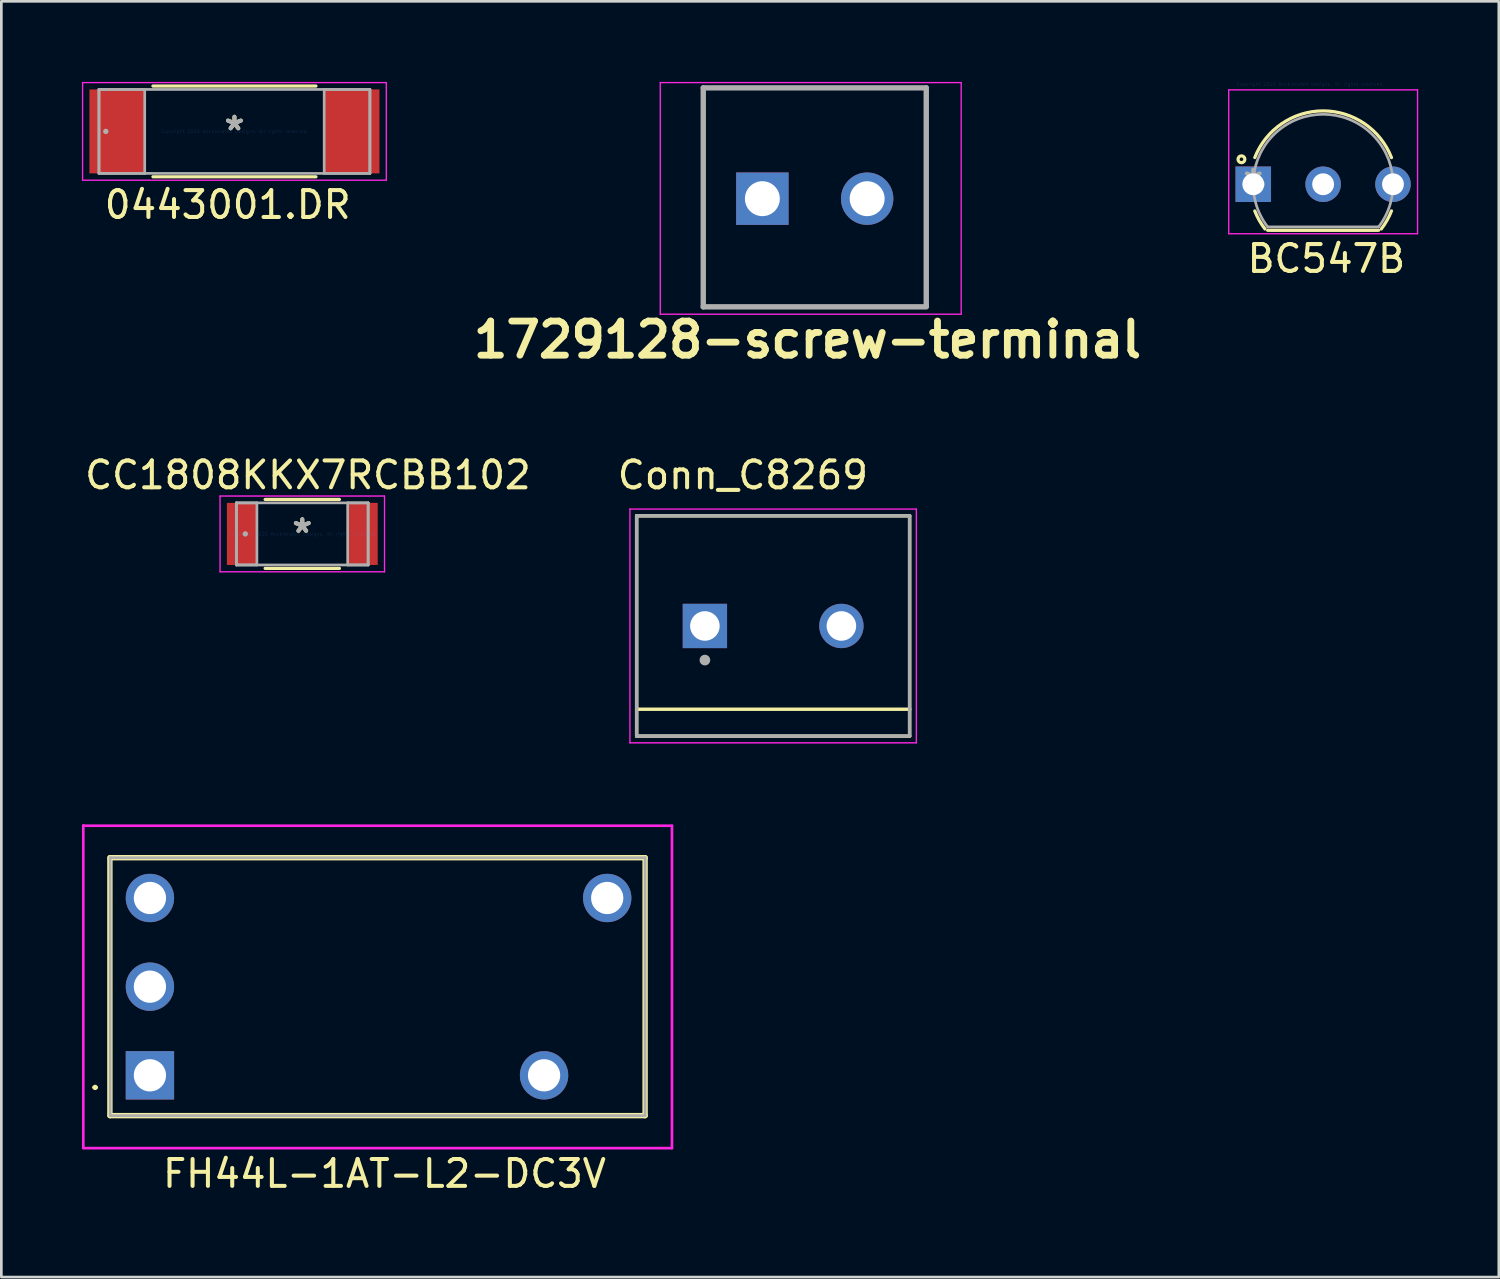
<source format=kicad_pcb>
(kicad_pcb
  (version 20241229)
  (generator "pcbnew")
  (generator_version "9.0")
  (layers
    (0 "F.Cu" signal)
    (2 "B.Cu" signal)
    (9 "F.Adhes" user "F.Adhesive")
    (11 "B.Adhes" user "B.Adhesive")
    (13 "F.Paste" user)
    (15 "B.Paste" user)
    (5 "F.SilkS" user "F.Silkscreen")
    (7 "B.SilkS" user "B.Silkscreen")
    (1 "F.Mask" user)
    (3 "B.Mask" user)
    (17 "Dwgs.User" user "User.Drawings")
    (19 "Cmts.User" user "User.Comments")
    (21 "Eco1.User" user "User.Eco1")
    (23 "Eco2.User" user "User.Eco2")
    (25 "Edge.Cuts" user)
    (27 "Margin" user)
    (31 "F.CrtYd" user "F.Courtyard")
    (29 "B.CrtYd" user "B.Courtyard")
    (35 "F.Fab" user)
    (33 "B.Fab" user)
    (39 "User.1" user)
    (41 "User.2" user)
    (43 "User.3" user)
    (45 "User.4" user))
  (footprint "BC547B"
    (layer "F.Cu")
    (at 43.596 3.808)
    (property "Reference" "BC547B" (at 2.72 2.77 0) (layer "F.SilkS") (effects (font (size 1 1) (thickness 0.15))))
    (attr through_hole)
    (fp_line (start 0.536 1.714) (end 4.664 1.714) (stroke (width 0.12) (type solid)) (layer "F.SilkS"))
    (fp_arc (start 0.056517 -0.99314) (mid 2.600845 -2.7305) (end 5.144097 -0.991565) (stroke (width 0.12) (type solid)) (layer "F.SilkS"))
    (fp_arc (start 0.435836 1.66494) (mid 0.222331 1.342505) (end 0.056518 0.993141) (stroke (width 0.12) (type solid)) (layer "F.SilkS"))
    (fp_arc (start 5.144097 0.991565) (mid 4.978085 1.341768) (end 4.764164 1.66494) (stroke (width 0.12) (type solid)) (layer "F.SilkS"))
    (fp_circle (center -0.44 -0.93) (end -0.313 -0.93) (stroke (width 0.12) (type solid)) (fill no) (layer "F.SilkS"))
    (fp_line (start -0.914 -3.514) (end 6.114 -3.514) (stroke (width 0.05) (type solid)) (layer "F.CrtYd"))
    (fp_line (start -0.914 1.841) (end -0.914 -3.514) (stroke (width 0.05) (type solid)) (layer "F.CrtYd"))
    (fp_line (start 6.114 -3.514) (end 6.114 1.841) (stroke (width 0.05) (type solid)) (layer "F.CrtYd"))
    (fp_line (start 6.114 1.841) (end -0.914 1.841) (stroke (width 0.05) (type solid)) (layer "F.CrtYd"))
    (fp_line (start -0.254 0) (end 0.254 0) (stroke (width 0.1) (type solid)) (layer "F.Fab"))
    (fp_line (start 0 0.254) (end 0 -0.254) (stroke (width 0.1) (type solid)) (layer "F.Fab"))
    (fp_line (start 0.536 1.587) (end 4.664 1.587) (stroke (width 0.1) (type solid)) (layer "F.Fab"))
    (fp_arc (start 0.536493 1.587499) (mid 2.600001 -2.6035) (end 4.663506 1.5875) (stroke (width 0.1) (type solid)) (layer "F.Fab"))
    (fp_circle (center 0.251 0) (end 0.378 0) (stroke (width 0.1) (type solid)) (fill no) (layer "F.Fab"))
    (fp_text user "Copyright 2021 Accelerated Designs. All rights reserved." (at 2.12 -3.73 0) (layer "Cmts.User") (effects (font (size 0.127 0.127) (thickness 0.002))))
    (fp_text user "*" (at 0 0 0) (layer "F.Fab") (effects (font (size 1 1) (thickness 0.15))))
    (pad "1" thru_hole rect (at 0 0) (size 1.321 1.321) (drill 0.813) (layers "*.Cu" "*.Mask"))
    (pad "2" thru_hole circle (at 2.6 0) (size 1.321 1.321) (drill 0.813) (layers "*.Cu" "*.Mask"))
    (pad "3" thru_hole circle (at 5.2 0) (size 1.321 1.321) (drill 0.813) (layers "*.Cu" "*.Mask")))
  (footprint "1729128-screw-terminal"
    (layer "F.Cu")
    (at 24.725 4.295)
    (property "Reference" "1729128-screw-terminal" (at 2.28 5.3 0) (layer "F.SilkS") (effects (font (size 1.27 1.27) (thickness 0.254))))
    (attr through_hole)
    (fp_line (start -1.6 -4.075) (end 6.7 -4.075) (stroke (width 0.1) (type solid)) (layer "F.SilkS"))
    (fp_line (start -1.6 4.075) (end -1.6 -4.075) (stroke (width 0.1) (type solid)) (layer "F.SilkS"))
    (fp_line (start 6.7 -4.095) (end 6.7 4.075) (stroke (width 0.1) (type solid)) (layer "F.SilkS"))
    (fp_line (start 6.7 4.075) (end -1.6 4.075) (stroke (width 0.1) (type solid)) (layer "F.SilkS"))
    (fp_line (start -3.2 -4.27) (end 8 -4.27) (stroke (width 0.05) (type solid)) (layer "F.CrtYd"))
    (fp_line (start -3.2 4.35) (end -3.2 -4.27) (stroke (width 0.05) (type solid)) (layer "F.CrtYd"))
    (fp_line (start 8 -4.27) (end 8 4.35) (stroke (width 0.05) (type solid)) (layer "F.CrtYd"))
    (fp_line (start 8 4.35) (end -3.2 4.35) (stroke (width 0.05) (type solid)) (layer "F.CrtYd"))
    (fp_line (start -1.6 -4.075) (end 6.7 -4.075) (stroke (width 0.2) (type solid)) (layer "F.Fab"))
    (fp_line (start -1.6 4.075) (end -1.6 -4.075) (stroke (width 0.2) (type solid)) (layer "F.Fab"))
    (fp_line (start 6.7 4.06) (end 6.7 -4.075) (stroke (width 0.2) (type solid)) (layer "F.Fab"))
    (fp_line (start 6.7 4.075) (end -1.6 4.075) (stroke (width 0.2) (type solid)) (layer "F.Fab"))
    (pad "1" thru_hole rect (at 0.6 0.05) (size 1.95 1.95) (drill 1.3) (layers "*.Cu" "*.Mask"))
    (pad "2" thru_hole circle (at 4.5 0.05) (size 1.95 1.95) (drill 1.3) (layers "*.Cu" "*.Mask")))
  (footprint "CC1808KKX7RCBB102"
    (layer "F.Cu")
    (at 8.201 16.822)
    (property "Reference" "CC1808KKX7RCBB102" (at 0.21 -2.19 0) (layer "F.SilkS") (effects (font (size 1 1) (thickness 0.15))))
    (attr through_hole)
    (fp_line (start -1.382 1.283) (end 1.382 1.283) (stroke (width 0.12) (type solid)) (layer "F.SilkS"))
    (fp_line (start 1.382 -1.283) (end -1.382 -1.283) (stroke (width 0.12) (type solid)) (layer "F.SilkS"))
    (fp_line (start -3.061 -1.41) (end 3.061 -1.41) (stroke (width 0.05) (type solid)) (layer "F.CrtYd"))
    (fp_line (start -3.061 1.41) (end -3.061 -1.41) (stroke (width 0.05) (type solid)) (layer "F.CrtYd"))
    (fp_line (start 3.061 -1.41) (end 3.061 1.41) (stroke (width 0.05) (type solid)) (layer "F.CrtYd"))
    (fp_line (start 3.061 1.41) (end -3.061 1.41) (stroke (width 0.05) (type solid)) (layer "F.CrtYd"))
    (fp_line (start -2.451 -1.156) (end -2.451 1.156) (stroke (width 0.1) (type solid)) (layer "F.Fab"))
    (fp_line (start -2.451 -1.156) (end -2.451 1.156) (stroke (width 0.1) (type solid)) (layer "F.Fab"))
    (fp_line (start -2.451 1.156) (end -1.689 1.156) (stroke (width 0.1) (type solid)) (layer "F.Fab"))
    (fp_line (start -2.451 1.156) (end 2.451 1.156) (stroke (width 0.1) (type solid)) (layer "F.Fab"))
    (fp_line (start -1.689 -1.156) (end -2.451 -1.156) (stroke (width 0.1) (type solid)) (layer "F.Fab"))
    (fp_line (start -1.689 1.156) (end -1.689 -1.156) (stroke (width 0.1) (type solid)) (layer "F.Fab"))
    (fp_line (start 1.689 -1.156) (end 1.689 1.156) (stroke (width 0.1) (type solid)) (layer "F.Fab"))
    (fp_line (start 1.689 1.156) (end 2.451 1.156) (stroke (width 0.1) (type solid)) (layer "F.Fab"))
    (fp_line (start 2.451 -1.156) (end -2.451 -1.156) (stroke (width 0.1) (type solid)) (layer "F.Fab"))
    (fp_line (start 2.451 -1.156) (end 1.689 -1.156) (stroke (width 0.1) (type solid)) (layer "F.Fab"))
    (fp_line (start 2.451 1.156) (end 2.451 -1.156) (stroke (width 0.1) (type solid)) (layer "F.Fab"))
    (fp_line (start 2.451 1.156) (end 2.451 -1.156) (stroke (width 0.1) (type solid)) (layer "F.Fab"))
    (fp_circle (center -2.121 0) (end -2.121 0) (stroke (width 0.1) (type solid)) (fill no) (layer "F.Fab"))
    (fp_text user "*" (at 0 0 0) (layer "F.SilkS") (effects (font (size 1 1) (thickness 0.15))))
    (fp_text user "Copyright 2021 Accelerated Designs. All rights reserved." (at 0 0 0) (layer "Cmts.User") (effects (font (size 0.127 0.127) (thickness 0.002))))
    (fp_text user "*" (at 0 0 0) (layer "F.Fab") (effects (font (size 1 1) (thickness 0.15))))
    (pad "1" smd rect (at -2.248 0) (size 1.118 2.311) (layers "F.Cu" "F.Mask" "F.Paste"))
    (pad "2" smd rect (at 2.248 0) (size 1.118 2.311) (layers "F.Cu" "F.Mask" "F.Paste")))
  (footprint "FH44L-1AT-L2-DC3V"
    (layer "F.Cu")
    (at 11.25 33.773)
    (property "Reference" "FH44L-1AT-L2-DC3V" (at 0.01 6.86 0) (unlocked yes) (layer "F.SilkS") (effects (font (size 1 1) (thickness 0.15))))
    (attr through_hole)
    (fp_line (start -10.81 3.65) (end -10.81 3.65) (stroke (width 0.1) (type solid)) (layer "F.SilkS"))
    (fp_line (start -10.71 3.65) (end -10.71 3.65) (stroke (width 0.1) (type solid)) (layer "F.SilkS"))
    (fp_line (start -10.21 -4.9) (end -10.21 4.7) (stroke (width 0.2) (type solid)) (layer "F.SilkS"))
    (fp_line (start -10.2 4.7) (end 9.71 4.7) (stroke (width 0.2) (type solid)) (layer "F.SilkS"))
    (fp_line (start 9.71 -4.9) (end -10.2 -4.9) (stroke (width 0.2) (type solid)) (layer "F.SilkS"))
    (fp_line (start 9.71 4.7) (end 9.71 -4.9) (stroke (width 0.2) (type solid)) (layer "F.SilkS"))
    (fp_arc (start -10.81 3.65) (mid -10.76 3.6) (end -10.71 3.65) (stroke (width 0.1) (type solid)) (layer "F.SilkS"))
    (fp_arc (start -10.71 3.65) (mid -10.76 3.7) (end -10.81 3.65) (stroke (width 0.1) (type solid)) (layer "F.SilkS"))
    (fp_line (start -11.2 -6.1) (end -11.2 5.9) (stroke (width 0.1) (type solid)) (layer "F.CrtYd"))
    (fp_line (start -11.2 5.91) (end 10.71 5.91) (stroke (width 0.1) (type solid)) (layer "F.CrtYd"))
    (fp_line (start 10.71 -6.09) (end -11.2 -6.09) (stroke (width 0.1) (type solid)) (layer "F.CrtYd"))
    (fp_line (start 10.71 5.91) (end 10.71 -6.09) (stroke (width 0.1) (type solid)) (layer "F.CrtYd"))
    (fp_line (start -10.2 -4.9) (end 9.71 -4.9) (stroke (width 0.1) (type solid)) (layer "F.Fab"))
    (fp_line (start -10.2 4.7) (end -10.2 -4.9) (stroke (width 0.1) (type solid)) (layer "F.Fab"))
    (fp_line (start 9.71 -4.9) (end 9.71 4.7) (stroke (width 0.1) (type solid)) (layer "F.Fab"))
    (fp_line (start 9.71 4.7) (end -10.2 4.7) (stroke (width 0.1) (type solid)) (layer "F.Fab"))
    (pad "1" thru_hole rect (at -8.72 3.2) (size 1.8 1.8) (drill 1.2) (layers "*.Cu" "*.Mask"))
    (pad "2" thru_hole circle (at -8.72 -0.1) (size 1.8 1.8) (drill 1.2) (layers "*.Cu" "*.Mask"))
    (pad "3" thru_hole circle (at -8.72 -3.4) (size 1.8 1.8) (drill 1.2) (layers "*.Cu" "*.Mask"))
    (pad "4" thru_hole circle (at 8.3 -3.4) (size 1.8 1.8) (drill 1.2) (layers "*.Cu" "*.Mask"))
    (pad "5" thru_hole circle (at 5.95 3.2) (size 1.8 1.8) (drill 1.2) (layers "*.Cu" "*.Mask")))
  (footprint "Conn_C8269"
    (layer "F.Cu")
    (at 25.726 20.248)
    (property "Reference" "Conn_C8269" (at -1.127 -5.615 0) (layer "F.SilkS") (effects (font (size 1.002 1.002) (thickness 0.15))))
    (attr through_hole)
    (fp_line (start -5.08 -4.1) (end 5.08 -4.1) (stroke (width 0.127) (type solid)) (layer "F.SilkS"))
    (fp_line (start -5.08 3.1) (end -5.08 -4.1) (stroke (width 0.127) (type solid)) (layer "F.SilkS"))
    (fp_line (start -5.08 3.1) (end 5.08 3.1) (stroke (width 0.127) (type solid)) (layer "F.SilkS"))
    (fp_line (start -5.08 4.1) (end -5.08 3.1) (stroke (width 0.127) (type solid)) (layer "F.SilkS"))
    (fp_line (start 5.08 -4.1) (end 5.08 3.1) (stroke (width 0.127) (type solid)) (layer "F.SilkS"))
    (fp_line (start 5.08 3.1) (end 5.08 4.1) (stroke (width 0.127) (type solid)) (layer "F.SilkS"))
    (fp_line (start 5.08 4.1) (end -5.08 4.1) (stroke (width 0.127) (type solid)) (layer "F.SilkS"))
    (fp_line (start -5.33 -4.35) (end 5.33 -4.35) (stroke (width 0.05) (type solid)) (layer "F.CrtYd"))
    (fp_line (start -5.33 4.35) (end -5.33 -4.35) (stroke (width 0.05) (type solid)) (layer "F.CrtYd"))
    (fp_line (start 5.33 -4.35) (end 5.33 4.35) (stroke (width 0.05) (type solid)) (layer "F.CrtYd"))
    (fp_line (start 5.33 4.35) (end -5.33 4.35) (stroke (width 0.05) (type solid)) (layer "F.CrtYd"))
    (fp_line (start -5.08 -4.1) (end 5.08 -4.1) (stroke (width 0.127) (type solid)) (layer "F.Fab"))
    (fp_line (start -5.08 4.1) (end -5.08 -4.1) (stroke (width 0.127) (type solid)) (layer "F.Fab"))
    (fp_line (start 5.08 -4.1) (end 5.08 4.1) (stroke (width 0.127) (type solid)) (layer "F.Fab"))
    (fp_line (start 5.08 4.1) (end -5.08 4.1) (stroke (width 0.127) (type solid)) (layer "F.Fab"))
    (fp_circle (center -2.54 1.27) (end -2.44 1.27) (stroke (width 0.2) (type solid)) (fill no) (layer "F.Fab"))
    (pad "1" thru_hole rect (at -2.54 0) (size 1.65 1.65) (drill 1.1) (layers "*.Cu" "*.Mask"))
    (pad "2" thru_hole circle (at 2.54 0) (size 1.65 1.65) (drill 1.1) (layers "*.Cu" "*.Mask")))
  (footprint "0443001.DR"
    (layer "F.Cu")
    (at 5.676 1.841)
    (property "Reference" "0443001.DR" (at -0.25 2.73 0) (layer "F.SilkS") (effects (font (size 1 1) (thickness 0.15))))
    (attr through_hole)
    (fp_line (start -3.033 1.689) (end 3.033 1.689) (stroke (width 0.12) (type solid)) (layer "F.SilkS"))
    (fp_line (start 3.033 -1.689) (end -3.033 -1.689) (stroke (width 0.12) (type solid)) (layer "F.SilkS"))
    (fp_line (start -5.652 -1.816) (end 5.652 -1.816) (stroke (width 0.05) (type solid)) (layer "F.CrtYd"))
    (fp_line (start -5.652 1.816) (end -5.652 -1.816) (stroke (width 0.05) (type solid)) (layer "F.CrtYd"))
    (fp_line (start 5.652 -1.816) (end 5.652 1.816) (stroke (width 0.05) (type solid)) (layer "F.CrtYd"))
    (fp_line (start 5.652 1.816) (end -5.652 1.816) (stroke (width 0.05) (type solid)) (layer "F.CrtYd"))
    (fp_line (start -5.042 -1.562) (end -5.042 1.562) (stroke (width 0.1) (type solid)) (layer "F.Fab"))
    (fp_line (start -5.042 -1.562) (end -5.042 1.562) (stroke (width 0.1) (type solid)) (layer "F.Fab"))
    (fp_line (start -5.042 1.562) (end -3.34 1.562) (stroke (width 0.1) (type solid)) (layer "F.Fab"))
    (fp_line (start -5.042 1.562) (end 5.042 1.562) (stroke (width 0.1) (type solid)) (layer "F.Fab"))
    (fp_line (start -3.34 -1.562) (end -5.042 -1.562) (stroke (width 0.1) (type solid)) (layer "F.Fab"))
    (fp_line (start -3.34 1.562) (end -3.34 -1.562) (stroke (width 0.1) (type solid)) (layer "F.Fab"))
    (fp_line (start 3.34 -1.562) (end 3.34 1.562) (stroke (width 0.1) (type solid)) (layer "F.Fab"))
    (fp_line (start 3.34 1.562) (end 5.042 1.562) (stroke (width 0.1) (type solid)) (layer "F.Fab"))
    (fp_line (start 5.042 -1.562) (end -5.042 -1.562) (stroke (width 0.1) (type solid)) (layer "F.Fab"))
    (fp_line (start 5.042 -1.562) (end 3.34 -1.562) (stroke (width 0.1) (type solid)) (layer "F.Fab"))
    (fp_line (start 5.042 1.562) (end 5.042 -1.562) (stroke (width 0.1) (type solid)) (layer "F.Fab"))
    (fp_line (start 5.042 1.562) (end 5.042 -1.562) (stroke (width 0.1) (type solid)) (layer "F.Fab"))
    (fp_circle (center -4.788 0) (end -4.788 0) (stroke (width 0.1) (type solid)) (fill no) (layer "F.Fab"))
    (fp_text user "*" (at 0 0 0) (layer "F.SilkS") (effects (font (size 1 1) (thickness 0.15))))
    (fp_text user "Copyright 2021 Accelerated Designs. All rights reserved." (at 0 0 0) (layer "Cmts.User") (effects (font (size 0.127 0.127) (thickness 0.002))))
    (fp_text user "*" (at 0 0 0) (layer "F.Fab") (effects (font (size 1 1) (thickness 0.15))))
    (pad "1" smd rect (at -4.369 0) (size 2.057 3.124) (layers "F.Cu" "F.Mask" "F.Paste"))
    (pad "2" smd rect (at 4.369 0) (size 2.057 3.124) (layers "F.Cu" "F.Mask" "F.Paste")))
  (gr_rect
    (start -3 -3)
    (end 52.735 44.481)
    (stroke (width 0.1) (type default))
    (fill no)
    (layer "Edge.Cuts")))
</source>
